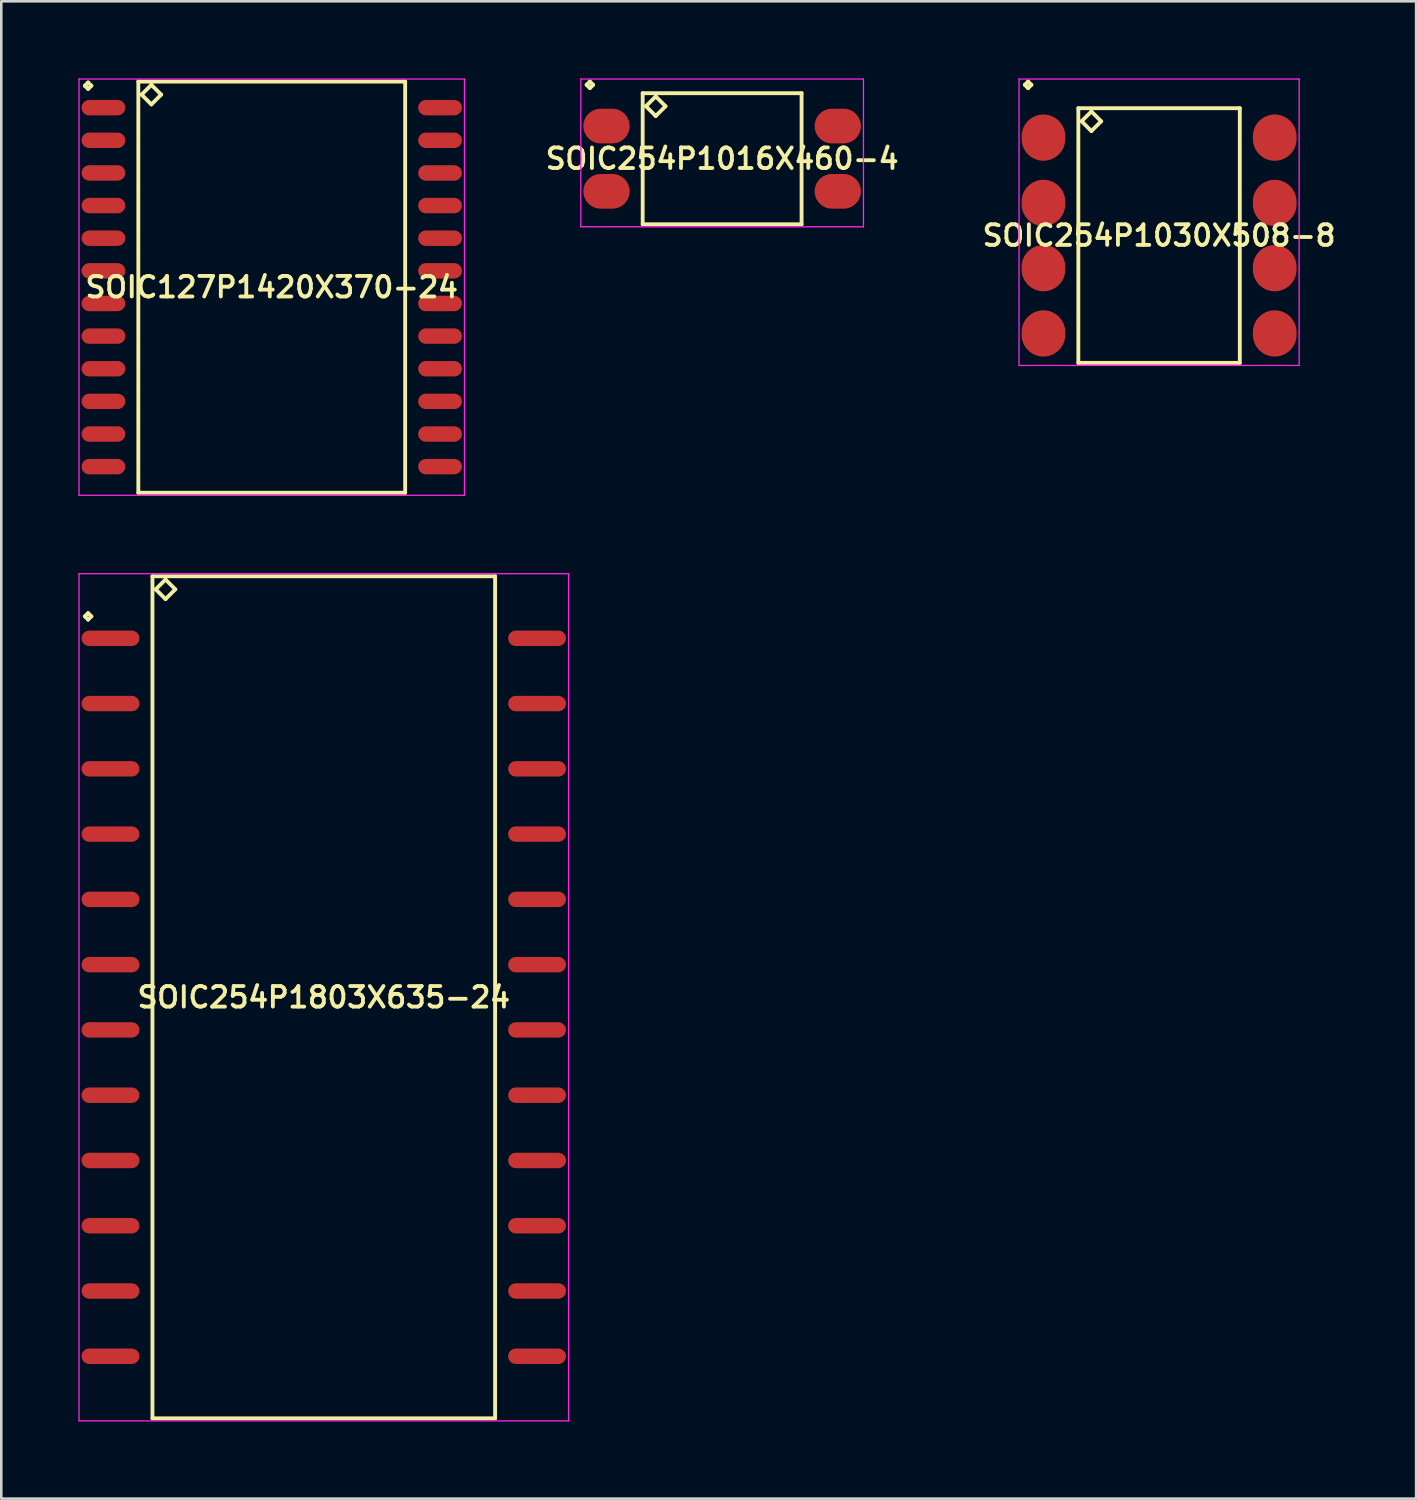
<source format=kicad_pcb>
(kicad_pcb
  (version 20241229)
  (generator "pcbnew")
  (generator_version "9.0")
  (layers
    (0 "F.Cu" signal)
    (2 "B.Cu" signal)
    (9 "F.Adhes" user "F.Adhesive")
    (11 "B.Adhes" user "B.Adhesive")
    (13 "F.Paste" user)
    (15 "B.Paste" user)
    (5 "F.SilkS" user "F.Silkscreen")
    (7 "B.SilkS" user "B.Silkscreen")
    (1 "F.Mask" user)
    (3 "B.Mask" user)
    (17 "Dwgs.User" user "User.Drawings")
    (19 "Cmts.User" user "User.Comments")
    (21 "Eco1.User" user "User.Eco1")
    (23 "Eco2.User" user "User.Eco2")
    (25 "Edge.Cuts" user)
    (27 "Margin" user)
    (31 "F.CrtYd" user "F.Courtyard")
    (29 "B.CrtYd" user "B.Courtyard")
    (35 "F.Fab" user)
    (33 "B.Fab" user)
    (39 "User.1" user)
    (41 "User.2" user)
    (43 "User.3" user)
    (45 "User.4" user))
  (footprint "SOIC254P1030X508-8"
    (layer "F.Cu")
    (at 42.056 6.116)
    (property "Reference" "SOIC254P1030X508-8" (at 0 0 0) (layer "F.SilkS") (effects (font (size 0.8 0.8) (thickness 0.15))))
    (attr smd)
    (fp_line (start -5.223 -5.864) (end -5.096 -5.991) (stroke (width 0.15) (type solid)) (layer "F.SilkS"))
    (fp_line (start -5.096 -5.991) (end -4.969 -5.864) (stroke (width 0.15) (type solid)) (layer "F.SilkS"))
    (fp_line (start -5.096 -5.737) (end -5.223 -5.864) (stroke (width 0.15) (type solid)) (layer "F.SilkS"))
    (fp_line (start -4.969 -5.864) (end -5.096 -5.737) (stroke (width 0.15) (type solid)) (layer "F.SilkS"))
    (fp_line (start -3.142 -4.955) (end -3.142 4.955) (stroke (width 0.15) (type solid)) (layer "F.SilkS"))
    (fp_line (start -3.142 4.955) (end 3.142 4.955) (stroke (width 0.15) (type solid)) (layer "F.SilkS"))
    (fp_line (start -3.015 -4.447) (end -2.634 -4.828) (stroke (width 0.15) (type solid)) (layer "F.SilkS"))
    (fp_line (start -2.634 -4.828) (end -2.253 -4.447) (stroke (width 0.15) (type solid)) (layer "F.SilkS"))
    (fp_line (start -2.634 -4.066) (end -3.015 -4.447) (stroke (width 0.15) (type solid)) (layer "F.SilkS"))
    (fp_line (start -2.253 -4.447) (end -2.634 -4.066) (stroke (width 0.15) (type solid)) (layer "F.SilkS"))
    (fp_line (start 3.142 -4.955) (end -3.142 -4.955) (stroke (width 0.15) (type solid)) (layer "F.SilkS"))
    (fp_line (start 3.142 4.955) (end 3.142 -4.955) (stroke (width 0.15) (type solid)) (layer "F.SilkS"))
    (fp_line (start -5.45 -6.091) (end 5.45 -6.091) (stroke (width 0.05) (type solid)) (layer "F.CrtYd"))
    (fp_line (start -5.45 5.055) (end -5.45 -6.091) (stroke (width 0.05) (type solid)) (layer "F.CrtYd"))
    (fp_line (start 5.45 -6.091) (end 5.45 5.055) (stroke (width 0.05) (type solid)) (layer "F.CrtYd"))
    (fp_line (start 5.45 5.055) (end -5.45 5.055) (stroke (width 0.05) (type solid)) (layer "F.CrtYd"))
    (pad "1" smd oval (at -4.5 -3.81) (size 1.7 1.8) (layers "F.Cu" "F.Mask" "F.Paste"))
    (pad "2" smd oval (at -4.5 -1.27) (size 1.7 1.8) (layers "F.Cu" "F.Mask" "F.Paste"))
    (pad "3" smd oval (at -4.5 1.27) (size 1.7 1.8) (layers "F.Cu" "F.Mask" "F.Paste"))
    (pad "4" smd oval (at -4.5 3.81) (size 1.7 1.8) (layers "F.Cu" "F.Mask" "F.Paste"))
    (pad "5" smd oval (at 4.5 3.81) (size 1.7 1.8) (layers "F.Cu" "F.Mask" "F.Paste"))
    (pad "6" smd oval (at 4.5 1.27) (size 1.7 1.8) (layers "F.Cu" "F.Mask" "F.Paste"))
    (pad "7" smd oval (at 4.5 -1.27) (size 1.7 1.8) (layers "F.Cu" "F.Mask" "F.Paste"))
    (pad "8" smd oval (at 4.5 -3.81) (size 1.7 1.8) (layers "F.Cu" "F.Mask" "F.Paste")))
  (footprint "SOIC127P1420X370-24"
    (layer "F.Cu")
    (at 7.525 8.125)
    (property "Reference" "SOIC127P1420X370-24" (at 0 0 0) (layer "F.SilkS") (effects (font (size 0.8 0.8) (thickness 0.15))))
    (attr smd)
    (fp_line (start -7.273 -7.839) (end -7.146 -7.966) (stroke (width 0.15) (type solid)) (layer "F.SilkS"))
    (fp_line (start -7.146 -7.966) (end -7.019 -7.839) (stroke (width 0.15) (type solid)) (layer "F.SilkS"))
    (fp_line (start -7.146 -7.712) (end -7.273 -7.839) (stroke (width 0.15) (type solid)) (layer "F.SilkS"))
    (fp_line (start -7.019 -7.839) (end -7.146 -7.712) (stroke (width 0.15) (type solid)) (layer "F.SilkS"))
    (fp_line (start -5.192 -8) (end -5.192 8) (stroke (width 0.15) (type solid)) (layer "F.SilkS"))
    (fp_line (start -5.192 8) (end 5.192 8) (stroke (width 0.15) (type solid)) (layer "F.SilkS"))
    (fp_line (start -5.065 -7.492) (end -4.684 -7.873) (stroke (width 0.15) (type solid)) (layer "F.SilkS"))
    (fp_line (start -4.684 -7.873) (end -4.303 -7.492) (stroke (width 0.15) (type solid)) (layer "F.SilkS"))
    (fp_line (start -4.684 -7.111) (end -5.065 -7.492) (stroke (width 0.15) (type solid)) (layer "F.SilkS"))
    (fp_line (start -4.303 -7.492) (end -4.684 -7.111) (stroke (width 0.15) (type solid)) (layer "F.SilkS"))
    (fp_line (start 5.192 -8) (end -5.192 -8) (stroke (width 0.15) (type solid)) (layer "F.SilkS"))
    (fp_line (start 5.192 8) (end 5.192 -8) (stroke (width 0.15) (type solid)) (layer "F.SilkS"))
    (fp_line (start -7.5 -8.1) (end 7.5 -8.1) (stroke (width 0.05) (type solid)) (layer "F.CrtYd"))
    (fp_line (start -7.5 8.1) (end -7.5 -8.1) (stroke (width 0.05) (type solid)) (layer "F.CrtYd"))
    (fp_line (start 7.5 -8.1) (end 7.5 8.1) (stroke (width 0.05) (type solid)) (layer "F.CrtYd"))
    (fp_line (start 7.5 8.1) (end -7.5 8.1) (stroke (width 0.05) (type solid)) (layer "F.CrtYd"))
    (pad "1" smd oval (at -6.55 -6.985) (size 1.7 0.6) (layers "F.Cu" "F.Mask" "F.Paste"))
    (pad "2" smd oval (at -6.55 -5.715) (size 1.7 0.6) (layers "F.Cu" "F.Mask" "F.Paste"))
    (pad "3" smd oval (at -6.55 -4.445) (size 1.7 0.6) (layers "F.Cu" "F.Mask" "F.Paste"))
    (pad "4" smd oval (at -6.55 -3.175) (size 1.7 0.6) (layers "F.Cu" "F.Mask" "F.Paste"))
    (pad "5" smd oval (at -6.55 -1.905) (size 1.7 0.6) (layers "F.Cu" "F.Mask" "F.Paste"))
    (pad "6" smd oval (at -6.55 -0.635) (size 1.7 0.6) (layers "F.Cu" "F.Mask" "F.Paste"))
    (pad "7" smd oval (at -6.55 0.635) (size 1.7 0.6) (layers "F.Cu" "F.Mask" "F.Paste"))
    (pad "8" smd oval (at -6.55 1.905) (size 1.7 0.6) (layers "F.Cu" "F.Mask" "F.Paste"))
    (pad "9" smd oval (at -6.55 3.175) (size 1.7 0.6) (layers "F.Cu" "F.Mask" "F.Paste"))
    (pad "10" smd oval (at -6.55 4.445) (size 1.7 0.6) (layers "F.Cu" "F.Mask" "F.Paste"))
    (pad "11" smd oval (at -6.55 5.715) (size 1.7 0.6) (layers "F.Cu" "F.Mask" "F.Paste"))
    (pad "12" smd oval (at -6.55 6.985) (size 1.7 0.6) (layers "F.Cu" "F.Mask" "F.Paste"))
    (pad "13" smd oval (at 6.55 6.985) (size 1.7 0.6) (layers "F.Cu" "F.Mask" "F.Paste"))
    (pad "14" smd oval (at 6.55 5.715) (size 1.7 0.6) (layers "F.Cu" "F.Mask" "F.Paste"))
    (pad "15" smd oval (at 6.55 4.445) (size 1.7 0.6) (layers "F.Cu" "F.Mask" "F.Paste"))
    (pad "16" smd oval (at 6.55 3.175) (size 1.7 0.6) (layers "F.Cu" "F.Mask" "F.Paste"))
    (pad "17" smd oval (at 6.55 1.905) (size 1.7 0.6) (layers "F.Cu" "F.Mask" "F.Paste"))
    (pad "18" smd oval (at 6.55 0.635) (size 1.7 0.6) (layers "F.Cu" "F.Mask" "F.Paste"))
    (pad "19" smd oval (at 6.55 -0.635) (size 1.7 0.6) (layers "F.Cu" "F.Mask" "F.Paste"))
    (pad "20" smd oval (at 6.55 -1.905) (size 1.7 0.6) (layers "F.Cu" "F.Mask" "F.Paste"))
    (pad "21" smd oval (at 6.55 -3.175) (size 1.7 0.6) (layers "F.Cu" "F.Mask" "F.Paste"))
    (pad "22" smd oval (at 6.55 -4.445) (size 1.7 0.6) (layers "F.Cu" "F.Mask" "F.Paste"))
    (pad "23" smd oval (at 6.55 -5.715) (size 1.7 0.6) (layers "F.Cu" "F.Mask" "F.Paste"))
    (pad "24" smd oval (at 6.55 -6.985) (size 1.7 0.6) (layers "F.Cu" "F.Mask" "F.Paste")))
  (footprint "SOIC254P1803X635-24"
    (layer "F.Cu")
    (at 9.55 35.76)
    (property "Reference" "SOIC254P1803X635-24" (at 0 0 0) (layer "F.SilkS") (effects (font (size 0.8 0.8) (thickness 0.15))))
    (attr smd)
    (fp_line (start -9.298 -14.824) (end -9.171 -14.951) (stroke (width 0.15) (type solid)) (layer "F.SilkS"))
    (fp_line (start -9.171 -14.951) (end -9.044 -14.824) (stroke (width 0.15) (type solid)) (layer "F.SilkS"))
    (fp_line (start -9.171 -14.697) (end -9.298 -14.824) (stroke (width 0.15) (type solid)) (layer "F.SilkS"))
    (fp_line (start -9.044 -14.824) (end -9.171 -14.697) (stroke (width 0.15) (type solid)) (layer "F.SilkS"))
    (fp_line (start -6.667 -16.385) (end -6.667 16.385) (stroke (width 0.15) (type solid)) (layer "F.SilkS"))
    (fp_line (start -6.667 16.385) (end 6.667 16.385) (stroke (width 0.15) (type solid)) (layer "F.SilkS"))
    (fp_line (start -6.54 -15.877) (end -6.159 -16.258) (stroke (width 0.15) (type solid)) (layer "F.SilkS"))
    (fp_line (start -6.159 -16.258) (end -5.778 -15.877) (stroke (width 0.15) (type solid)) (layer "F.SilkS"))
    (fp_line (start -6.159 -15.496) (end -6.54 -15.877) (stroke (width 0.15) (type solid)) (layer "F.SilkS"))
    (fp_line (start -5.778 -15.877) (end -6.159 -15.496) (stroke (width 0.15) (type solid)) (layer "F.SilkS"))
    (fp_line (start 6.667 -16.385) (end -6.667 -16.385) (stroke (width 0.15) (type solid)) (layer "F.SilkS"))
    (fp_line (start 6.667 16.385) (end 6.667 -16.385) (stroke (width 0.15) (type solid)) (layer "F.SilkS"))
    (fp_line (start -9.525 -16.485) (end 9.525 -16.485) (stroke (width 0.05) (type solid)) (layer "F.CrtYd"))
    (fp_line (start -9.525 16.485) (end -9.525 -16.485) (stroke (width 0.05) (type solid)) (layer "F.CrtYd"))
    (fp_line (start 9.525 -16.485) (end 9.525 16.485) (stroke (width 0.05) (type solid)) (layer "F.CrtYd"))
    (fp_line (start 9.525 16.485) (end -9.525 16.485) (stroke (width 0.05) (type solid)) (layer "F.CrtYd"))
    (pad "1" smd oval (at -8.3 -13.97) (size 2.25 0.6) (layers "F.Cu" "F.Mask" "F.Paste"))
    (pad "2" smd oval (at -8.3 -11.43) (size 2.25 0.6) (layers "F.Cu" "F.Mask" "F.Paste"))
    (pad "3" smd oval (at -8.3 -8.89) (size 2.25 0.6) (layers "F.Cu" "F.Mask" "F.Paste"))
    (pad "4" smd oval (at -8.3 -6.35) (size 2.25 0.6) (layers "F.Cu" "F.Mask" "F.Paste"))
    (pad "5" smd oval (at -8.3 -3.81) (size 2.25 0.6) (layers "F.Cu" "F.Mask" "F.Paste"))
    (pad "6" smd oval (at -8.3 -1.27) (size 2.25 0.6) (layers "F.Cu" "F.Mask" "F.Paste"))
    (pad "7" smd oval (at -8.3 1.27) (size 2.25 0.6) (layers "F.Cu" "F.Mask" "F.Paste"))
    (pad "8" smd oval (at -8.3 3.81) (size 2.25 0.6) (layers "F.Cu" "F.Mask" "F.Paste"))
    (pad "9" smd oval (at -8.3 6.35) (size 2.25 0.6) (layers "F.Cu" "F.Mask" "F.Paste"))
    (pad "10" smd oval (at -8.3 8.89) (size 2.25 0.6) (layers "F.Cu" "F.Mask" "F.Paste"))
    (pad "11" smd oval (at -8.3 11.43) (size 2.25 0.6) (layers "F.Cu" "F.Mask" "F.Paste"))
    (pad "12" smd oval (at -8.3 13.97) (size 2.25 0.6) (layers "F.Cu" "F.Mask" "F.Paste"))
    (pad "13" smd oval (at 8.3 13.97) (size 2.25 0.6) (layers "F.Cu" "F.Mask" "F.Paste"))
    (pad "14" smd oval (at 8.3 11.43) (size 2.25 0.6) (layers "F.Cu" "F.Mask" "F.Paste"))
    (pad "15" smd oval (at 8.3 8.89) (size 2.25 0.6) (layers "F.Cu" "F.Mask" "F.Paste"))
    (pad "16" smd oval (at 8.3 6.35) (size 2.25 0.6) (layers "F.Cu" "F.Mask" "F.Paste"))
    (pad "17" smd oval (at 8.3 3.81) (size 2.25 0.6) (layers "F.Cu" "F.Mask" "F.Paste"))
    (pad "18" smd oval (at 8.3 1.27) (size 2.25 0.6) (layers "F.Cu" "F.Mask" "F.Paste"))
    (pad "19" smd oval (at 8.3 -1.27) (size 2.25 0.6) (layers "F.Cu" "F.Mask" "F.Paste"))
    (pad "20" smd oval (at 8.3 -3.81) (size 2.25 0.6) (layers "F.Cu" "F.Mask" "F.Paste"))
    (pad "21" smd oval (at 8.3 -6.35) (size 2.25 0.6) (layers "F.Cu" "F.Mask" "F.Paste"))
    (pad "22" smd oval (at 8.3 -8.89) (size 2.25 0.6) (layers "F.Cu" "F.Mask" "F.Paste"))
    (pad "23" smd oval (at 8.3 -11.43) (size 2.25 0.6) (layers "F.Cu" "F.Mask" "F.Paste"))
    (pad "24" smd oval (at 8.3 -13.97) (size 2.25 0.6) (layers "F.Cu" "F.Mask" "F.Paste")))
  (footprint "SOIC254P1016X460-4"
    (layer "F.Cu")
    (at 25.052 3.126)
    (property "Reference" "SOIC254P1016X460-4" (at 0 0 0) (layer "F.SilkS") (effects (font (size 0.8 0.8) (thickness 0.15))))
    (attr smd)
    (fp_line (start -5.273 -2.874) (end -5.146 -3.001) (stroke (width 0.15) (type solid)) (layer "F.SilkS"))
    (fp_line (start -5.146 -3.001) (end -5.019 -2.874) (stroke (width 0.15) (type solid)) (layer "F.SilkS"))
    (fp_line (start -5.146 -2.747) (end -5.273 -2.874) (stroke (width 0.15) (type solid)) (layer "F.SilkS"))
    (fp_line (start -5.019 -2.874) (end -5.146 -2.747) (stroke (width 0.15) (type solid)) (layer "F.SilkS"))
    (fp_line (start -3.092 -2.55) (end -3.092 2.55) (stroke (width 0.15) (type solid)) (layer "F.SilkS"))
    (fp_line (start -3.092 2.55) (end 3.092 2.55) (stroke (width 0.15) (type solid)) (layer "F.SilkS"))
    (fp_line (start -2.965 -2.042) (end -2.584 -2.423) (stroke (width 0.15) (type solid)) (layer "F.SilkS"))
    (fp_line (start -2.584 -2.423) (end -2.203 -2.042) (stroke (width 0.15) (type solid)) (layer "F.SilkS"))
    (fp_line (start -2.584 -1.661) (end -2.965 -2.042) (stroke (width 0.15) (type solid)) (layer "F.SilkS"))
    (fp_line (start -2.203 -2.042) (end -2.584 -1.661) (stroke (width 0.15) (type solid)) (layer "F.SilkS"))
    (fp_line (start 3.092 -2.55) (end -3.092 -2.55) (stroke (width 0.15) (type solid)) (layer "F.SilkS"))
    (fp_line (start 3.092 2.55) (end 3.092 -2.55) (stroke (width 0.15) (type solid)) (layer "F.SilkS"))
    (fp_line (start -5.5 -3.101) (end 5.5 -3.101) (stroke (width 0.05) (type solid)) (layer "F.CrtYd"))
    (fp_line (start -5.5 2.65) (end -5.5 -3.101) (stroke (width 0.05) (type solid)) (layer "F.CrtYd"))
    (fp_line (start 5.5 -3.101) (end 5.5 2.65) (stroke (width 0.05) (type solid)) (layer "F.CrtYd"))
    (fp_line (start 5.5 2.65) (end -5.5 2.65) (stroke (width 0.05) (type solid)) (layer "F.CrtYd"))
    (pad "1" smd oval (at -4.5 -1.27) (size 1.8 1.35) (layers "F.Cu" "F.Mask" "F.Paste"))
    (pad "2" smd oval (at -4.5 1.27) (size 1.8 1.35) (layers "F.Cu" "F.Mask" "F.Paste"))
    (pad "3" smd oval (at 4.5 1.27) (size 1.8 1.35) (layers "F.Cu" "F.Mask" "F.Paste"))
    (pad "4" smd oval (at 4.5 -1.27) (size 1.8 1.35) (layers "F.Cu" "F.Mask" "F.Paste")))
  (gr_rect
    (start -3 -3)
    (end 52.059 55.27)
    (stroke (width 0.1) (type default))
    (fill no)
    (layer "Edge.Cuts")))
</source>
